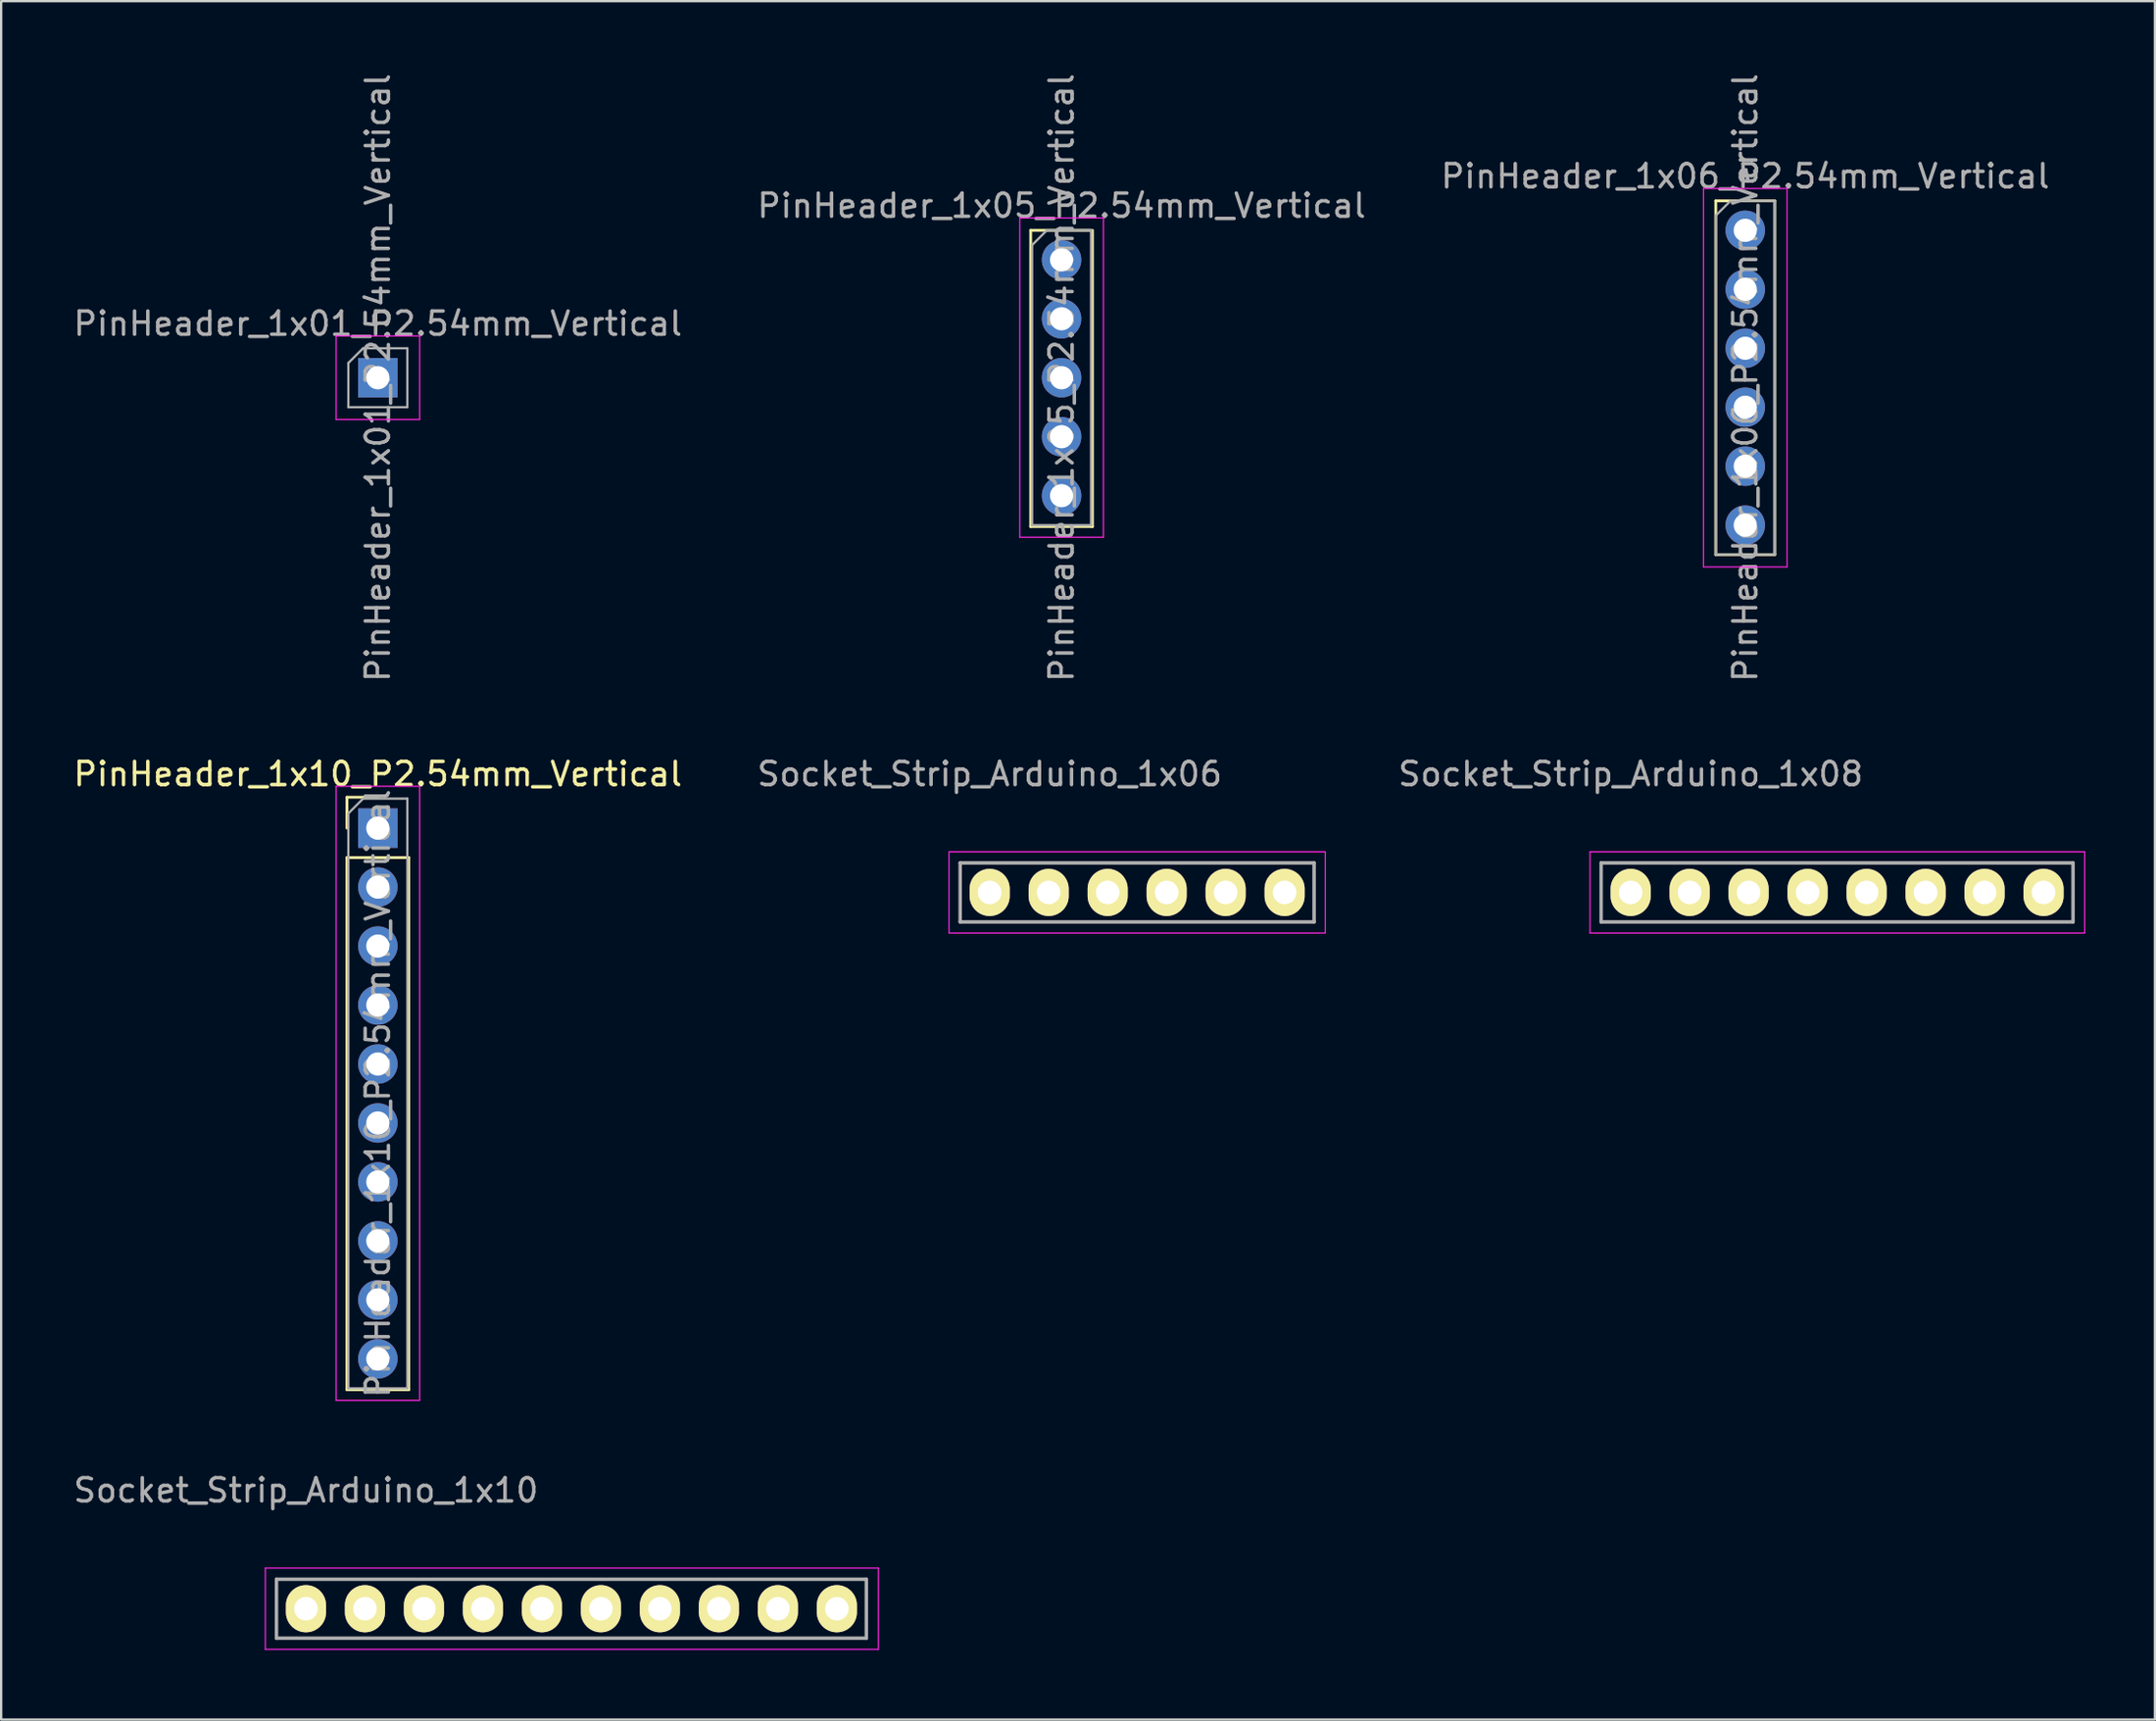
<source format=kicad_pcb>
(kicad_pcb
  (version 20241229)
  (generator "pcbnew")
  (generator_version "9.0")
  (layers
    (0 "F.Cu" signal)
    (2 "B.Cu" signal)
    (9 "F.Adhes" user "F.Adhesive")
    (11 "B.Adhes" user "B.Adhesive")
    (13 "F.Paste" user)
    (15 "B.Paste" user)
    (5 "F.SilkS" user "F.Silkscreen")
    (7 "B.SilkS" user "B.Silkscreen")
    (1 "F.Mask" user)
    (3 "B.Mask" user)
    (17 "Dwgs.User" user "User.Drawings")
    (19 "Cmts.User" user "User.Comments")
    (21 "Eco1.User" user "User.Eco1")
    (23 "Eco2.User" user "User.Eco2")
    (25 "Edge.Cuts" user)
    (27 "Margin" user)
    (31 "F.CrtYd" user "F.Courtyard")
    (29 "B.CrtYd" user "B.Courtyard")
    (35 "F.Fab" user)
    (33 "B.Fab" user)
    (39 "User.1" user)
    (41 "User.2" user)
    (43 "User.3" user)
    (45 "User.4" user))
  (footprint "PinHeader_1x05_P2.54mm_Vertical"
    (layer "F.Cu")
    (at 42.661 8.14)
    (property "Reference" "PinHeader_1x05_P2.54mm_Vertical" (at 0 -2.33 0) (layer "F.Fab") (effects (font (size 1 1) (thickness 0.15))))
    (attr through_hole)
    (fp_line (start -1.33 -1.27) (end -1.33 11.49) (stroke (width 0.12) (type solid)) (layer "F.SilkS"))
    (fp_line (start -1.33 11.49) (end 1.33 11.49) (stroke (width 0.12) (type solid)) (layer "F.SilkS"))
    (fp_line (start 1.27 -1.27) (end -1.33 -1.27) (stroke (width 0.12) (type solid)) (layer "F.SilkS"))
    (fp_line (start 1.33 -1.27) (end 1.33 11.49) (stroke (width 0.12) (type solid)) (layer "F.SilkS"))
    (fp_line (start -1.8 -1.8) (end -1.8 11.95) (stroke (width 0.05) (type solid)) (layer "F.CrtYd"))
    (fp_line (start -1.8 11.95) (end 1.8 11.95) (stroke (width 0.05) (type solid)) (layer "F.CrtYd"))
    (fp_line (start 1.8 -1.8) (end -1.8 -1.8) (stroke (width 0.05) (type solid)) (layer "F.CrtYd"))
    (fp_line (start 1.8 11.95) (end 1.8 -1.8) (stroke (width 0.05) (type solid)) (layer "F.CrtYd"))
    (fp_line (start -1.27 -0.635) (end -0.635 -1.27) (stroke (width 0.1) (type solid)) (layer "F.Fab"))
    (fp_line (start -1.27 11.43) (end -1.27 -0.635) (stroke (width 0.1) (type solid)) (layer "F.Fab"))
    (fp_line (start -0.635 -1.27) (end 1.27 -1.27) (stroke (width 0.1) (type solid)) (layer "F.Fab"))
    (fp_line (start 1.27 -1.27) (end 1.27 11.43) (stroke (width 0.1) (type solid)) (layer "F.Fab"))
    (fp_line (start 1.27 11.43) (end -1.27 11.43) (stroke (width 0.1) (type solid)) (layer "F.Fab"))
    (fp_text user "${REFERENCE}" (at 0 5.08 90) (layer "F.Fab") (effects (font (size 1 1) (thickness 0.15))))
    (pad "1" thru_hole oval (at 0 0) (size 1.7 1.7) (drill 1) (layers "*.Cu" "*.Mask"))
    (pad "2" thru_hole oval (at 0 2.54) (size 1.7 1.7) (drill 1) (layers "*.Cu" "*.Mask"))
    (pad "3" thru_hole oval (at 0 5.08) (size 1.7 1.7) (drill 1) (layers "*.Cu" "*.Mask"))
    (pad "4" thru_hole oval (at 0 7.62) (size 1.7 1.7) (drill 1) (layers "*.Cu" "*.Mask"))
    (pad "5" thru_hole oval (at 0 10.16) (size 1.7 1.7) (drill 1) (layers "*.Cu" "*.Mask")))
  (footprint "Socket_Strip_Arduino_1x10"
    (layer "F.Cu")
    (at 10.125 66.242)
    (property "Reference" "Socket_Strip_Arduino_1x10" (at 0 -5.1 0) (layer "F.Fab") (effects (font (size 1 1) (thickness 0.15))))
    (attr through_hole)
    (fp_line (start -1.75 -1.75) (end -1.75 1.75) (stroke (width 0.05) (type solid)) (layer "F.CrtYd"))
    (fp_line (start -1.75 -1.75) (end 24.65 -1.75) (stroke (width 0.05) (type solid)) (layer "F.CrtYd"))
    (fp_line (start -1.75 1.75) (end 24.65 1.75) (stroke (width 0.05) (type solid)) (layer "F.CrtYd"))
    (fp_line (start 24.65 -1.75) (end 24.65 1.75) (stroke (width 0.05) (type solid)) (layer "F.CrtYd"))
    (fp_line (start -1.27 1.27) (end -1.27 -1.27) (stroke (width 0.15) (type solid)) (layer "F.Fab"))
    (fp_line (start -1.27 1.27) (end 24.13 1.27) (stroke (width 0.15) (type solid)) (layer "F.Fab"))
    (fp_line (start 24.13 -1.27) (end -1.27 -1.27) (stroke (width 0.15) (type solid)) (layer "F.Fab"))
    (fp_line (start 24.13 1.27) (end 24.13 -1.27) (stroke (width 0.15) (type solid)) (layer "F.Fab"))
    (pad "1" thru_hole oval (at 0 0) (size 1.727 2.032) (drill 1.016) (layers "*.Cu" "*.Mask" "F.SilkS"))
    (pad "2" thru_hole oval (at 2.54 0) (size 1.727 2.032) (drill 1.016) (layers "*.Cu" "*.Mask" "F.SilkS"))
    (pad "3" thru_hole oval (at 5.08 0) (size 1.727 2.032) (drill 1.016) (layers "*.Cu" "*.Mask" "F.SilkS"))
    (pad "4" thru_hole oval (at 7.62 0) (size 1.727 2.032) (drill 1.016) (layers "*.Cu" "*.Mask" "F.SilkS"))
    (pad "5" thru_hole oval (at 10.16 0) (size 1.727 2.032) (drill 1.016) (layers "*.Cu" "*.Mask" "F.SilkS"))
    (pad "6" thru_hole oval (at 12.7 0) (size 1.727 2.032) (drill 1.016) (layers "*.Cu" "*.Mask" "F.SilkS"))
    (pad "7" thru_hole oval (at 15.24 0) (size 1.727 2.032) (drill 1.016) (layers "*.Cu" "*.Mask" "F.SilkS"))
    (pad "8" thru_hole oval (at 17.78 0) (size 1.727 2.032) (drill 1.016) (layers "*.Cu" "*.Mask" "F.SilkS"))
    (pad "9" thru_hole oval (at 20.32 0) (size 1.727 2.032) (drill 1.016) (layers "*.Cu" "*.Mask" "F.SilkS"))
    (pad "10" thru_hole oval (at 22.86 0) (size 1.727 2.032) (drill 1.016) (layers "*.Cu" "*.Mask" "F.SilkS")))
  (footprint "Socket_Strip_Arduino_1x06"
    (layer "F.Cu")
    (at 39.565 35.389)
    (property "Reference" "Socket_Strip_Arduino_1x06" (at 0 -5.1 0) (layer "F.Fab") (effects (font (size 1 1) (thickness 0.15))))
    (attr through_hole)
    (fp_line (start -1.75 -1.75) (end -1.75 1.75) (stroke (width 0.05) (type solid)) (layer "F.CrtYd"))
    (fp_line (start -1.75 -1.75) (end 14.45 -1.75) (stroke (width 0.05) (type solid)) (layer "F.CrtYd"))
    (fp_line (start -1.75 1.75) (end 14.45 1.75) (stroke (width 0.05) (type solid)) (layer "F.CrtYd"))
    (fp_line (start 14.45 -1.75) (end 14.45 1.75) (stroke (width 0.05) (type solid)) (layer "F.CrtYd"))
    (fp_line (start -1.27 -1.27) (end -1.27 1.27) (stroke (width 0.15) (type solid)) (layer "F.Fab"))
    (fp_line (start -1.27 1.27) (end 13.97 1.27) (stroke (width 0.15) (type solid)) (layer "F.Fab"))
    (fp_line (start 13.97 -1.27) (end -1.27 -1.27) (stroke (width 0.15) (type solid)) (layer "F.Fab"))
    (fp_line (start 13.97 1.27) (end 13.97 -1.27) (stroke (width 0.15) (type solid)) (layer "F.Fab"))
    (pad "1" thru_hole oval (at 0 0) (size 1.727 2.032) (drill 1.016) (layers "*.Cu" "*.Mask" "F.SilkS"))
    (pad "2" thru_hole oval (at 2.54 0) (size 1.727 2.032) (drill 1.016) (layers "*.Cu" "*.Mask" "F.SilkS"))
    (pad "3" thru_hole oval (at 5.08 0) (size 1.727 2.032) (drill 1.016) (layers "*.Cu" "*.Mask" "F.SilkS"))
    (pad "4" thru_hole oval (at 7.62 0) (size 1.727 2.032) (drill 1.016) (layers "*.Cu" "*.Mask" "F.SilkS"))
    (pad "5" thru_hole oval (at 10.16 0) (size 1.727 2.032) (drill 1.016) (layers "*.Cu" "*.Mask" "F.SilkS"))
    (pad "6" thru_hole oval (at 12.7 0) (size 1.727 2.032) (drill 1.016) (layers "*.Cu" "*.Mask" "F.SilkS")))
  (footprint "PinHeader_1x01_P2.54mm_Vertical"
    (layer "F.Cu")
    (at 13.22 13.22)
    (property "Reference" "PinHeader_1x01_P2.54mm_Vertical" (at 0 -2.33 0) (layer "F.Fab") (effects (font (size 1 1) (thickness 0.15))))
    (attr through_hole)
    (fp_line (start -1.8 -1.8) (end -1.8 1.8) (stroke (width 0.05) (type solid)) (layer "F.CrtYd"))
    (fp_line (start -1.8 1.8) (end 1.8 1.8) (stroke (width 0.05) (type solid)) (layer "F.CrtYd"))
    (fp_line (start 1.8 -1.8) (end -1.8 -1.8) (stroke (width 0.05) (type solid)) (layer "F.CrtYd"))
    (fp_line (start 1.8 1.8) (end 1.8 -1.8) (stroke (width 0.05) (type solid)) (layer "F.CrtYd"))
    (fp_line (start -1.27 -0.635) (end -0.635 -1.27) (stroke (width 0.1) (type solid)) (layer "F.Fab"))
    (fp_line (start -1.27 1.27) (end -1.27 -0.635) (stroke (width 0.1) (type solid)) (layer "F.Fab"))
    (fp_line (start -0.635 -1.27) (end 1.27 -1.27) (stroke (width 0.1) (type solid)) (layer "F.Fab"))
    (fp_line (start 1.27 -1.27) (end 1.27 1.27) (stroke (width 0.1) (type solid)) (layer "F.Fab"))
    (fp_line (start 1.27 1.27) (end -1.27 1.27) (stroke (width 0.1) (type solid)) (layer "F.Fab"))
    (fp_text user "${REFERENCE}" (at 0 0 90) (layer "F.Fab") (effects (font (size 1 1) (thickness 0.15))))
    (pad "1" thru_hole rect (at 0 0) (size 1.7 1.7) (drill 1) (layers "*.Cu" "*.Mask")))
  (footprint "PinHeader_1x10_P2.54mm_Vertical"
    (layer "F.Cu")
    (at 13.22 32.619)
    (property "Reference" "PinHeader_1x10_P2.54mm_Vertical" (at 0 -2.33 0) (layer "F.SilkS") (effects (font (size 1 1) (thickness 0.15))))
    (attr through_hole)
    (fp_line (start -1.33 -1.33) (end 0 -1.33) (stroke (width 0.12) (type solid)) (layer "F.SilkS"))
    (fp_line (start -1.33 0) (end -1.33 -1.33) (stroke (width 0.12) (type solid)) (layer "F.SilkS"))
    (fp_line (start -1.33 1.27) (end -1.33 24.19) (stroke (width 0.12) (type solid)) (layer "F.SilkS"))
    (fp_line (start -1.33 1.27) (end 1.33 1.27) (stroke (width 0.12) (type solid)) (layer "F.SilkS"))
    (fp_line (start -1.33 24.19) (end 1.33 24.19) (stroke (width 0.12) (type solid)) (layer "F.SilkS"))
    (fp_line (start 1.33 1.27) (end 1.33 24.19) (stroke (width 0.12) (type solid)) (layer "F.SilkS"))
    (fp_line (start -1.8 -1.8) (end -1.8 24.65) (stroke (width 0.05) (type solid)) (layer "F.CrtYd"))
    (fp_line (start -1.8 24.65) (end 1.8 24.65) (stroke (width 0.05) (type solid)) (layer "F.CrtYd"))
    (fp_line (start 1.8 -1.8) (end -1.8 -1.8) (stroke (width 0.05) (type solid)) (layer "F.CrtYd"))
    (fp_line (start 1.8 24.65) (end 1.8 -1.8) (stroke (width 0.05) (type solid)) (layer "F.CrtYd"))
    (fp_line (start -1.27 -0.635) (end -0.635 -1.27) (stroke (width 0.1) (type solid)) (layer "F.Fab"))
    (fp_line (start -1.27 24.13) (end -1.27 -0.635) (stroke (width 0.1) (type solid)) (layer "F.Fab"))
    (fp_line (start -0.635 -1.27) (end 1.27 -1.27) (stroke (width 0.1) (type solid)) (layer "F.Fab"))
    (fp_line (start 1.27 -1.27) (end 1.27 24.13) (stroke (width 0.1) (type solid)) (layer "F.Fab"))
    (fp_line (start 1.27 24.13) (end -1.27 24.13) (stroke (width 0.1) (type solid)) (layer "F.Fab"))
    (fp_text user "${REFERENCE}" (at 0 11.43 90) (layer "F.Fab") (effects (font (size 1 1) (thickness 0.15))))
    (pad "1" thru_hole rect (at 0 0) (size 1.7 1.7) (drill 1) (layers "*.Cu" "*.Mask"))
    (pad "2" thru_hole oval (at 0 2.54) (size 1.7 1.7) (drill 1) (layers "*.Cu" "*.Mask"))
    (pad "3" thru_hole oval (at 0 5.08) (size 1.7 1.7) (drill 1) (layers "*.Cu" "*.Mask"))
    (pad "4" thru_hole oval (at 0 7.62) (size 1.7 1.7) (drill 1) (layers "*.Cu" "*.Mask"))
    (pad "5" thru_hole oval (at 0 10.16) (size 1.7 1.7) (drill 1) (layers "*.Cu" "*.Mask"))
    (pad "6" thru_hole oval (at 0 12.7) (size 1.7 1.7) (drill 1) (layers "*.Cu" "*.Mask"))
    (pad "7" thru_hole oval (at 0 15.24) (size 1.7 1.7) (drill 1) (layers "*.Cu" "*.Mask"))
    (pad "8" thru_hole oval (at 0 17.78) (size 1.7 1.7) (drill 1) (layers "*.Cu" "*.Mask"))
    (pad "9" thru_hole oval (at 0 20.32) (size 1.7 1.7) (drill 1) (layers "*.Cu" "*.Mask"))
    (pad "10" thru_hole oval (at 0 22.86) (size 1.7 1.7) (drill 1) (layers "*.Cu" "*.Mask")))
  (footprint "Socket_Strip_Arduino_1x08"
    (layer "F.Cu")
    (at 67.165 35.389)
    (property "Reference" "Socket_Strip_Arduino_1x08" (at 0 -5.1 0) (layer "F.Fab") (effects (font (size 1 1) (thickness 0.15))))
    (attr through_hole)
    (fp_line (start -1.75 -1.75) (end -1.75 1.75) (stroke (width 0.05) (type solid)) (layer "F.CrtYd"))
    (fp_line (start -1.75 -1.75) (end 19.55 -1.75) (stroke (width 0.05) (type solid)) (layer "F.CrtYd"))
    (fp_line (start -1.75 1.75) (end 19.55 1.75) (stroke (width 0.05) (type solid)) (layer "F.CrtYd"))
    (fp_line (start 19.55 -1.75) (end 19.55 1.75) (stroke (width 0.05) (type solid)) (layer "F.CrtYd"))
    (fp_line (start -1.27 1.27) (end -1.27 -1.27) (stroke (width 0.15) (type solid)) (layer "F.Fab"))
    (fp_line (start -1.27 1.27) (end 19.05 1.27) (stroke (width 0.15) (type solid)) (layer "F.Fab"))
    (fp_line (start 19.05 -1.27) (end -1.27 -1.27) (stroke (width 0.15) (type solid)) (layer "F.Fab"))
    (fp_line (start 19.05 1.27) (end 19.05 -1.27) (stroke (width 0.15) (type solid)) (layer "F.Fab"))
    (pad "1" thru_hole oval (at 0 0) (size 1.727 2.032) (drill 1.016) (layers "*.Cu" "*.Mask" "F.SilkS"))
    (pad "2" thru_hole oval (at 2.54 0) (size 1.727 2.032) (drill 1.016) (layers "*.Cu" "*.Mask" "F.SilkS"))
    (pad "3" thru_hole oval (at 5.08 0) (size 1.727 2.032) (drill 1.016) (layers "*.Cu" "*.Mask" "F.SilkS"))
    (pad "4" thru_hole oval (at 7.62 0) (size 1.727 2.032) (drill 1.016) (layers "*.Cu" "*.Mask" "F.SilkS"))
    (pad "5" thru_hole oval (at 10.16 0) (size 1.727 2.032) (drill 1.016) (layers "*.Cu" "*.Mask" "F.SilkS"))
    (pad "6" thru_hole oval (at 12.7 0) (size 1.727 2.032) (drill 1.016) (layers "*.Cu" "*.Mask" "F.SilkS"))
    (pad "7" thru_hole oval (at 15.24 0) (size 1.727 2.032) (drill 1.016) (layers "*.Cu" "*.Mask" "F.SilkS"))
    (pad "8" thru_hole oval (at 17.78 0) (size 1.727 2.032) (drill 1.016) (layers "*.Cu" "*.Mask" "F.SilkS")))
  (footprint "PinHeader_1x06_P2.54mm_Vertical"
    (layer "F.Cu")
    (at 72.101 6.87)
    (property "Reference" "PinHeader_1x06_P2.54mm_Vertical" (at 0 -2.33 0) (layer "F.Fab") (effects (font (size 1 1) (thickness 0.15))))
    (attr through_hole)
    (fp_line (start -1.27 -1.27) (end -1.27 13.97) (stroke (width 0.12) (type solid)) (layer "F.SilkS"))
    (fp_line (start -1.27 13.97) (end 1.27 13.97) (stroke (width 0.12) (type solid)) (layer "F.SilkS"))
    (fp_line (start 1.27 -1.27) (end -1.27 -1.27) (stroke (width 0.12) (type solid)) (layer "F.SilkS"))
    (fp_line (start 1.27 13.97) (end 1.27 -1.27) (stroke (width 0.12) (type solid)) (layer "F.SilkS"))
    (fp_line (start -1.8 -1.8) (end -1.8 14.5) (stroke (width 0.05) (type solid)) (layer "F.CrtYd"))
    (fp_line (start -1.8 14.5) (end 1.8 14.5) (stroke (width 0.05) (type solid)) (layer "F.CrtYd"))
    (fp_line (start 1.8 -1.8) (end -1.8 -1.8) (stroke (width 0.05) (type solid)) (layer "F.CrtYd"))
    (fp_line (start 1.8 14.5) (end 1.8 -1.8) (stroke (width 0.05) (type solid)) (layer "F.CrtYd"))
    (fp_line (start -1.27 -0.635) (end -0.635 -1.27) (stroke (width 0.1) (type solid)) (layer "F.Fab"))
    (fp_line (start -1.27 13.97) (end -1.27 -0.635) (stroke (width 0.1) (type solid)) (layer "F.Fab"))
    (fp_line (start -0.635 -1.27) (end 1.27 -1.27) (stroke (width 0.1) (type solid)) (layer "F.Fab"))
    (fp_line (start 1.27 -1.27) (end 1.27 13.97) (stroke (width 0.1) (type solid)) (layer "F.Fab"))
    (fp_line (start 1.27 13.97) (end -1.27 13.97) (stroke (width 0.1) (type solid)) (layer "F.Fab"))
    (fp_text user "${REFERENCE}" (at 0 6.35 90) (layer "F.Fab") (effects (font (size 1 1) (thickness 0.15))))
    (pad "1" thru_hole oval (at 0 0) (size 1.7 1.7) (drill 1) (layers "*.Cu" "*.Mask"))
    (pad "2" thru_hole oval (at 0 2.54) (size 1.7 1.7) (drill 1) (layers "*.Cu" "*.Mask"))
    (pad "3" thru_hole oval (at 0 5.08) (size 1.7 1.7) (drill 1) (layers "*.Cu" "*.Mask"))
    (pad "4" thru_hole oval (at 0 7.62) (size 1.7 1.7) (drill 1) (layers "*.Cu" "*.Mask"))
    (pad "5" thru_hole oval (at 0 10.16) (size 1.7 1.7) (drill 1) (layers "*.Cu" "*.Mask"))
    (pad "6" thru_hole oval (at 0 12.7) (size 1.7 1.7) (drill 1) (layers "*.Cu" "*.Mask")))
  (gr_rect
    (start -3 -3)
    (end 89.74 71.017)
    (stroke (width 0.1) (type default))
    (fill no)
    (layer "Edge.Cuts")))
</source>
